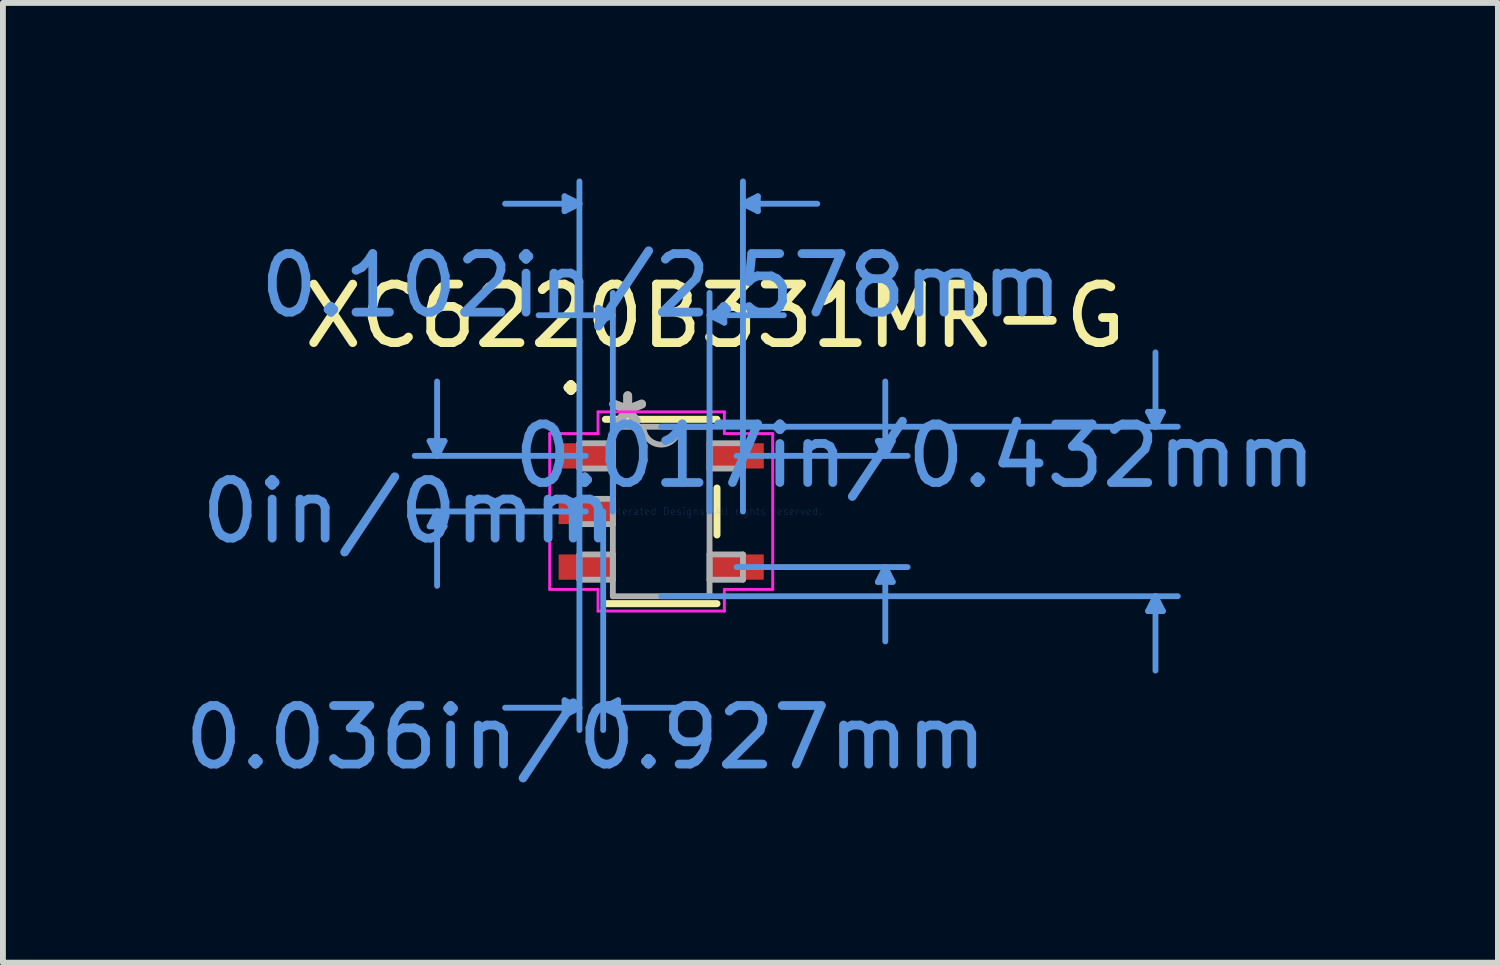
<source format=kicad_pcb>
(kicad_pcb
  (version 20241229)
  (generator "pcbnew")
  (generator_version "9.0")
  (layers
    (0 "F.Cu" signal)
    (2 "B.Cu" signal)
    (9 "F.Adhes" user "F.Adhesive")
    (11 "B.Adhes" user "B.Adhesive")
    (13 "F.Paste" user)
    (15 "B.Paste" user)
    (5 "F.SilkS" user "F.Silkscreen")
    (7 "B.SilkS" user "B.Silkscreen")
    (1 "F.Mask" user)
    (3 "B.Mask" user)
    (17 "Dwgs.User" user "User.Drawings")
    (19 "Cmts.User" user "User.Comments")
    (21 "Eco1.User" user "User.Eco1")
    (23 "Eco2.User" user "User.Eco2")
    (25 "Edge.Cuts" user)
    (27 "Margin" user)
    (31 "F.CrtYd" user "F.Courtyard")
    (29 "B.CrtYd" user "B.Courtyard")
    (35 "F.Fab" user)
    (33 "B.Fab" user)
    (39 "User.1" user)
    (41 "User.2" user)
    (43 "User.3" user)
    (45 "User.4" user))
  (footprint "XC6220B331MR-G"
    (layer "F.Cu")
    (at 8.247 5.689)
    (property "Reference" "XC6220B331MR-G" (at 0.92 -3.34 0) (layer "F.SilkS") (effects (font (size 1 1) (thickness 0.15))))
    (attr through_hole)
    (fp_line (start -0.953 1.575) (end 0.953 1.575) (stroke (width 0.12) (type solid)) (layer "F.SilkS"))
    (fp_line (start 0.953 -1.575) (end -0.953 -1.575) (stroke (width 0.12) (type solid)) (layer "F.SilkS"))
    (fp_line (start 0.953 0.401) (end 0.953 -0.401) (stroke (width 0.12) (type solid)) (layer "F.SilkS"))
    (fp_line (start -3.956 -1.204) (end -3.702 -1.204) (stroke (width 0.1) (type solid)) (layer "Cmts.User"))
    (fp_line (start -3.956 0.254) (end -3.702 0.254) (stroke (width 0.1) (type solid)) (layer "Cmts.User"))
    (fp_line (start -3.829 -0.95) (end -3.956 -1.204) (stroke (width 0.1) (type solid)) (layer "Cmts.User"))
    (fp_line (start -3.829 -0.95) (end -3.829 -2.22) (stroke (width 0.1) (type solid)) (layer "Cmts.User"))
    (fp_line (start -3.829 -0.95) (end -3.702 -1.204) (stroke (width 0.1) (type solid)) (layer "Cmts.User"))
    (fp_line (start -3.829 0) (end -3.956 0.254) (stroke (width 0.1) (type solid)) (layer "Cmts.User"))
    (fp_line (start -3.829 0) (end -3.829 1.27) (stroke (width 0.1) (type solid)) (layer "Cmts.User"))
    (fp_line (start -3.829 0) (end -3.702 0.254) (stroke (width 0.1) (type solid)) (layer "Cmts.User"))
    (fp_line (start -1.651 -5.385) (end -1.651 -5.131) (stroke (width 0.1) (type solid)) (layer "Cmts.User"))
    (fp_line (start -1.651 3.226) (end -1.651 3.48) (stroke (width 0.1) (type solid)) (layer "Cmts.User"))
    (fp_line (start -1.397 -5.258) (end -2.667 -5.258) (stroke (width 0.1) (type solid)) (layer "Cmts.User"))
    (fp_line (start -1.397 -5.258) (end -1.651 -5.385) (stroke (width 0.1) (type solid)) (layer "Cmts.User"))
    (fp_line (start -1.397 -5.258) (end -1.651 -5.131) (stroke (width 0.1) (type solid)) (layer "Cmts.User"))
    (fp_line (start -1.397 0) (end -1.397 -5.639) (stroke (width 0.1) (type solid)) (layer "Cmts.User"))
    (fp_line (start -1.397 0) (end -1.397 3.734) (stroke (width 0.1) (type solid)) (layer "Cmts.User"))
    (fp_line (start -1.397 3.353) (end -2.667 3.353) (stroke (width 0.1) (type solid)) (layer "Cmts.User"))
    (fp_line (start -1.397 3.353) (end -1.651 3.226) (stroke (width 0.1) (type solid)) (layer "Cmts.User"))
    (fp_line (start -1.397 3.353) (end -1.651 3.48) (stroke (width 0.1) (type solid)) (layer "Cmts.User"))
    (fp_line (start -1.289 -0.95) (end -4.21 -0.95) (stroke (width 0.1) (type solid)) (layer "Cmts.User"))
    (fp_line (start -1.289 0) (end -4.21 0) (stroke (width 0.1) (type solid)) (layer "Cmts.User"))
    (fp_line (start -1.079 -3.48) (end -1.079 -3.226) (stroke (width 0.1) (type solid)) (layer "Cmts.User"))
    (fp_line (start -0.991 0) (end -0.991 3.734) (stroke (width 0.1) (type solid)) (layer "Cmts.User"))
    (fp_line (start -0.991 3.353) (end -0.737 3.226) (stroke (width 0.1) (type solid)) (layer "Cmts.User"))
    (fp_line (start -0.991 3.353) (end -0.737 3.48) (stroke (width 0.1) (type solid)) (layer "Cmts.User"))
    (fp_line (start -0.991 3.353) (end 0.279 3.353) (stroke (width 0.1) (type solid)) (layer "Cmts.User"))
    (fp_line (start -0.826 -3.353) (end -2.095 -3.353) (stroke (width 0.1) (type solid)) (layer "Cmts.User"))
    (fp_line (start -0.826 -3.353) (end -1.079 -3.48) (stroke (width 0.1) (type solid)) (layer "Cmts.User"))
    (fp_line (start -0.826 -3.353) (end -1.079 -3.226) (stroke (width 0.1) (type solid)) (layer "Cmts.User"))
    (fp_line (start -0.826 0) (end -0.826 -3.734) (stroke (width 0.1) (type solid)) (layer "Cmts.User"))
    (fp_line (start -0.737 3.226) (end -0.737 3.48) (stroke (width 0.1) (type solid)) (layer "Cmts.User"))
    (fp_line (start 0 -1.448) (end 8.826 -1.448) (stroke (width 0.1) (type solid)) (layer "Cmts.User"))
    (fp_line (start 0 1.448) (end 8.826 1.448) (stroke (width 0.1) (type solid)) (layer "Cmts.User"))
    (fp_line (start 0.826 -3.353) (end 1.079 -3.48) (stroke (width 0.1) (type solid)) (layer "Cmts.User"))
    (fp_line (start 0.826 -3.353) (end 1.079 -3.226) (stroke (width 0.1) (type solid)) (layer "Cmts.User"))
    (fp_line (start 0.826 -3.353) (end 2.095 -3.353) (stroke (width 0.1) (type solid)) (layer "Cmts.User"))
    (fp_line (start 0.826 0) (end 0.826 -3.734) (stroke (width 0.1) (type solid)) (layer "Cmts.User"))
    (fp_line (start 1.079 -3.48) (end 1.079 -3.226) (stroke (width 0.1) (type solid)) (layer "Cmts.User"))
    (fp_line (start 1.289 -0.95) (end 4.21 -0.95) (stroke (width 0.1) (type solid)) (layer "Cmts.User"))
    (fp_line (start 1.289 0.95) (end 4.21 0.95) (stroke (width 0.1) (type solid)) (layer "Cmts.User"))
    (fp_line (start 1.397 -5.258) (end 1.651 -5.385) (stroke (width 0.1) (type solid)) (layer "Cmts.User"))
    (fp_line (start 1.397 -5.258) (end 1.651 -5.131) (stroke (width 0.1) (type solid)) (layer "Cmts.User"))
    (fp_line (start 1.397 -5.258) (end 2.667 -5.258) (stroke (width 0.1) (type solid)) (layer "Cmts.User"))
    (fp_line (start 1.397 0) (end 1.397 -5.639) (stroke (width 0.1) (type solid)) (layer "Cmts.User"))
    (fp_line (start 1.651 -5.385) (end 1.651 -5.131) (stroke (width 0.1) (type solid)) (layer "Cmts.User"))
    (fp_line (start 3.702 -1.204) (end 3.956 -1.204) (stroke (width 0.1) (type solid)) (layer "Cmts.User"))
    (fp_line (start 3.702 1.204) (end 3.956 1.204) (stroke (width 0.1) (type solid)) (layer "Cmts.User"))
    (fp_line (start 3.829 -0.95) (end 3.702 -1.204) (stroke (width 0.1) (type solid)) (layer "Cmts.User"))
    (fp_line (start 3.829 -0.95) (end 3.829 -2.22) (stroke (width 0.1) (type solid)) (layer "Cmts.User"))
    (fp_line (start 3.829 -0.95) (end 3.956 -1.204) (stroke (width 0.1) (type solid)) (layer "Cmts.User"))
    (fp_line (start 3.829 0.95) (end 3.702 1.204) (stroke (width 0.1) (type solid)) (layer "Cmts.User"))
    (fp_line (start 3.829 0.95) (end 3.829 2.22) (stroke (width 0.1) (type solid)) (layer "Cmts.User"))
    (fp_line (start 3.829 0.95) (end 3.956 1.204) (stroke (width 0.1) (type solid)) (layer "Cmts.User"))
    (fp_line (start 8.319 -1.702) (end 8.572 -1.702) (stroke (width 0.1) (type solid)) (layer "Cmts.User"))
    (fp_line (start 8.319 1.702) (end 8.572 1.702) (stroke (width 0.1) (type solid)) (layer "Cmts.User"))
    (fp_line (start 8.445 -1.448) (end 8.319 -1.702) (stroke (width 0.1) (type solid)) (layer "Cmts.User"))
    (fp_line (start 8.445 -1.448) (end 8.445 -2.718) (stroke (width 0.1) (type solid)) (layer "Cmts.User"))
    (fp_line (start 8.445 -1.448) (end 8.572 -1.702) (stroke (width 0.1) (type solid)) (layer "Cmts.User"))
    (fp_line (start 8.445 1.448) (end 8.319 1.702) (stroke (width 0.1) (type solid)) (layer "Cmts.User"))
    (fp_line (start 8.445 1.448) (end 8.445 2.718) (stroke (width 0.1) (type solid)) (layer "Cmts.User"))
    (fp_line (start 8.445 1.448) (end 8.572 1.702) (stroke (width 0.1) (type solid)) (layer "Cmts.User"))
    (fp_line (start -1.905 -1.331) (end -1.079 -1.331) (stroke (width 0.05) (type solid)) (layer "F.CrtYd"))
    (fp_line (start -1.905 1.331) (end -1.905 -1.331) (stroke (width 0.05) (type solid)) (layer "F.CrtYd"))
    (fp_line (start -1.079 -1.702) (end 1.079 -1.702) (stroke (width 0.05) (type solid)) (layer "F.CrtYd"))
    (fp_line (start -1.079 -1.331) (end -1.079 -1.702) (stroke (width 0.05) (type solid)) (layer "F.CrtYd"))
    (fp_line (start -1.079 1.331) (end -1.905 1.331) (stroke (width 0.05) (type solid)) (layer "F.CrtYd"))
    (fp_line (start -1.079 1.702) (end -1.079 1.331) (stroke (width 0.05) (type solid)) (layer "F.CrtYd"))
    (fp_line (start 1.079 -1.702) (end 1.079 -1.331) (stroke (width 0.05) (type solid)) (layer "F.CrtYd"))
    (fp_line (start 1.079 -1.331) (end 1.905 -1.331) (stroke (width 0.05) (type solid)) (layer "F.CrtYd"))
    (fp_line (start 1.079 1.331) (end 1.079 1.702) (stroke (width 0.05) (type solid)) (layer "F.CrtYd"))
    (fp_line (start 1.079 1.702) (end -1.079 1.702) (stroke (width 0.05) (type solid)) (layer "F.CrtYd"))
    (fp_line (start 1.905 -1.331) (end 1.905 1.331) (stroke (width 0.05) (type solid)) (layer "F.CrtYd"))
    (fp_line (start 1.905 1.331) (end 1.079 1.331) (stroke (width 0.05) (type solid)) (layer "F.CrtYd"))
    (fp_line (start -1.397 -1.166) (end -1.397 -0.734) (stroke (width 0.1) (type solid)) (layer "F.Fab"))
    (fp_line (start -1.397 -0.734) (end -0.826 -0.734) (stroke (width 0.1) (type solid)) (layer "F.Fab"))
    (fp_line (start -1.397 -0.216) (end -1.397 0.216) (stroke (width 0.1) (type solid)) (layer "F.Fab"))
    (fp_line (start -1.397 0.216) (end -0.826 0.216) (stroke (width 0.1) (type solid)) (layer "F.Fab"))
    (fp_line (start -1.397 0.734) (end -1.397 1.166) (stroke (width 0.1) (type solid)) (layer "F.Fab"))
    (fp_line (start -1.397 1.166) (end -0.826 1.166) (stroke (width 0.1) (type solid)) (layer "F.Fab"))
    (fp_line (start -0.826 -1.448) (end -0.826 1.448) (stroke (width 0.1) (type solid)) (layer "F.Fab"))
    (fp_line (start -0.826 -1.166) (end -1.397 -1.166) (stroke (width 0.1) (type solid)) (layer "F.Fab"))
    (fp_line (start -0.826 -0.734) (end -0.826 -1.166) (stroke (width 0.1) (type solid)) (layer "F.Fab"))
    (fp_line (start -0.826 -0.216) (end -1.397 -0.216) (stroke (width 0.1) (type solid)) (layer "F.Fab"))
    (fp_line (start -0.826 0.216) (end -0.826 -0.216) (stroke (width 0.1) (type solid)) (layer "F.Fab"))
    (fp_line (start -0.826 0.734) (end -1.397 0.734) (stroke (width 0.1) (type solid)) (layer "F.Fab"))
    (fp_line (start -0.826 1.166) (end -0.826 0.734) (stroke (width 0.1) (type solid)) (layer "F.Fab"))
    (fp_line (start -0.826 1.448) (end 0.826 1.448) (stroke (width 0.1) (type solid)) (layer "F.Fab"))
    (fp_line (start 0.826 -1.448) (end -0.826 -1.448) (stroke (width 0.1) (type solid)) (layer "F.Fab"))
    (fp_line (start 0.826 -1.166) (end 0.826 -0.734) (stroke (width 0.1) (type solid)) (layer "F.Fab"))
    (fp_line (start 0.826 -0.734) (end 1.397 -0.734) (stroke (width 0.1) (type solid)) (layer "F.Fab"))
    (fp_line (start 0.826 0.734) (end 0.826 1.166) (stroke (width 0.1) (type solid)) (layer "F.Fab"))
    (fp_line (start 0.826 1.166) (end 1.397 1.166) (stroke (width 0.1) (type solid)) (layer "F.Fab"))
    (fp_line (start 0.826 1.448) (end 0.826 -1.448) (stroke (width 0.1) (type solid)) (layer "F.Fab"))
    (fp_line (start 1.397 -1.166) (end 0.826 -1.166) (stroke (width 0.1) (type solid)) (layer "F.Fab"))
    (fp_line (start 1.397 -0.734) (end 1.397 -1.166) (stroke (width 0.1) (type solid)) (layer "F.Fab"))
    (fp_line (start 1.397 0.734) (end 0.826 0.734) (stroke (width 0.1) (type solid)) (layer "F.Fab"))
    (fp_line (start 1.397 1.166) (end 1.397 0.734) (stroke (width 0.1) (type solid)) (layer "F.Fab"))
    (fp_arc (start 0.3048 -1.4478) (mid 0 -1.143) (end -0.3048 -1.4478) (stroke (width 0.1) (type solid)) (layer "F.Fab"))
    (fp_text user "." (at -1.543 -2.525 0) (layer "F.SilkS") (effects (font (size 1 1) (thickness 0.15))))
    (fp_text user "." (at -1.543 -2.525 0) (layer "F.SilkS") (effects (font (size 1 1) (thickness 0.15))))
    (fp_text user "0.036in/0.927mm" (at -1.289 3.861 0) (layer "Cmts.User") (effects (font (size 1 1) (thickness 0.15))))
    (fp_text user "0in/0mm" (at -4.337 0 0) (layer "Cmts.User") (effects (font (size 1 1) (thickness 0.15))))
    (fp_text user "0.017in/0.432mm" (at 4.337 -0.95 0) (layer "Cmts.User") (effects (font (size 1 1) (thickness 0.15))))
    (fp_text user "Copyright 2021 Accelerated Designs. All rights reserved." (at 0 0 0) (layer "Cmts.User") (effects (font (size 0.127 0.127) (thickness 0.002))))
    (fp_text user "0.102in/2.578mm" (at 0 -3.861 0) (layer "Cmts.User") (effects (font (size 1 1) (thickness 0.15))))
    (fp_text user "*" (at -0.572 -1.433 0) (layer "F.Fab") (effects (font (size 1 1) (thickness 0.15))))
    (fp_text user "*" (at -0.572 -1.433 0) (layer "F.Fab") (effects (font (size 1 1) (thickness 0.15))))
    (pad "1" smd rect (at -1.289 -0.95) (size 0.927 0.432) (layers "F.Cu" "F.Mask" "F.Paste"))
    (pad "2" smd rect (at -1.289 0) (size 0.927 0.432) (layers "F.Cu" "F.Mask" "F.Paste"))
    (pad "3" smd rect (at -1.289 0.95) (size 0.927 0.432) (layers "F.Cu" "F.Mask" "F.Paste"))
    (pad "4" smd rect (at 1.289 0.95) (size 0.927 0.432) (layers "F.Cu" "F.Mask" "F.Paste"))
    (pad "5" smd rect (at 1.289 -0.95) (size 0.927 0.432) (layers "F.Cu" "F.Mask" "F.Paste")))
  (gr_rect
    (start -3 -3)
    (end 22.543 13.398)
    (stroke (width 0.1) (type default))
    (fill no)
    (layer "Edge.Cuts")))
</source>
